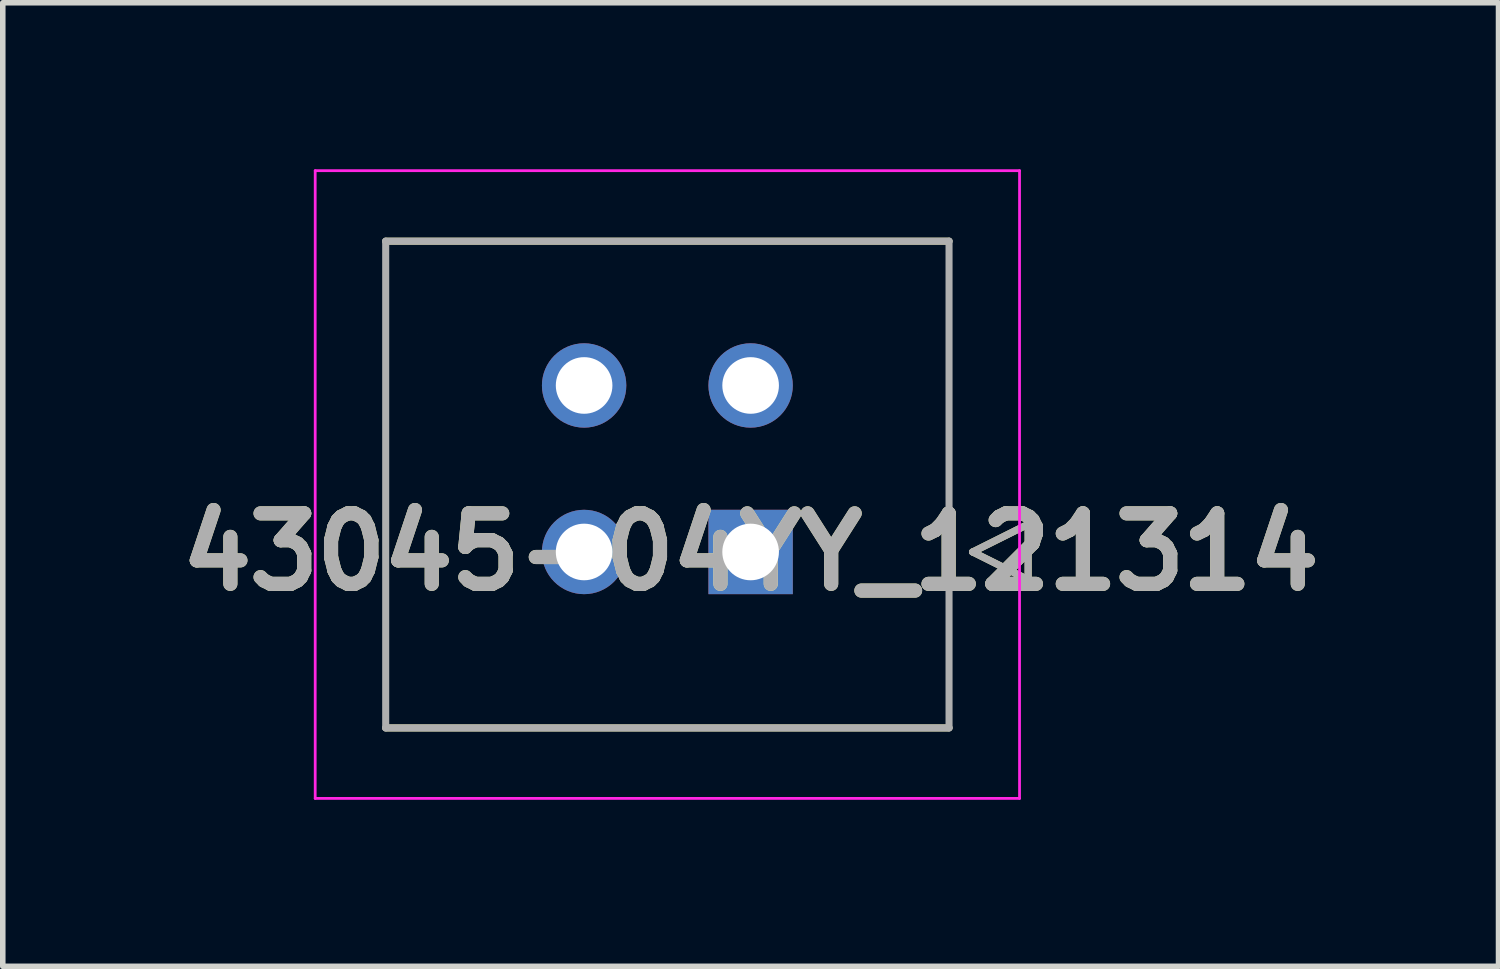
<source format=kicad_pcb>
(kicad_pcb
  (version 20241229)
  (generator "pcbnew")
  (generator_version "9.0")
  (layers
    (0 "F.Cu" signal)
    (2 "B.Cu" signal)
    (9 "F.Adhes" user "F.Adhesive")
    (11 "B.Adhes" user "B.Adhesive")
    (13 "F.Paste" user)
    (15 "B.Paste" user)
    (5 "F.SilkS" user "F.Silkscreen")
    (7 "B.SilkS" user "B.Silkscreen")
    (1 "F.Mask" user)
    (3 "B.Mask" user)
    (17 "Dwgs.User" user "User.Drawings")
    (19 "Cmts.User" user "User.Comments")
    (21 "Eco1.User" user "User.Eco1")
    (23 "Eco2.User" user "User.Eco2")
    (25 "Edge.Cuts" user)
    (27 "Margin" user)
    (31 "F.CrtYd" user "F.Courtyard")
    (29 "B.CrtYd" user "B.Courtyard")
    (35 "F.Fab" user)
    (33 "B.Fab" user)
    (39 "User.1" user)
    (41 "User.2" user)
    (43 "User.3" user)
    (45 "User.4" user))
  (footprint "43045-04YY_121314"
    (layer "F.Cu")
    (at 10.474 6.895)
    (property "Reference" "43045-04YY_121314" (at 0 0 0) (layer "F.SilkS") (effects (font (size 1.27 1.27) (thickness 0.254))))
    (attr through_hole)
    (fp_line (start -6.575 -5.6) (end 3.575 -5.6) (stroke (width 0.127) (type solid)) (layer "F.SilkS"))
    (fp_line (start 3.575 3.17) (end -6.575 3.17) (stroke (width 0.127) (type solid)) (layer "F.SilkS"))
    (fp_line (start 4 0) (end 5 -0.5) (stroke (width 0.127) (type solid)) (layer "F.SilkS"))
    (fp_line (start 5 -0.5) (end 5 0.5) (stroke (width 0.127) (type solid)) (layer "F.SilkS"))
    (fp_line (start 5 0.5) (end 4 0) (stroke (width 0.127) (type solid)) (layer "F.SilkS"))
    (fp_line (start -7.845 -6.87) (end 4.845 -6.87) (stroke (width 0.05) (type solid)) (layer "F.CrtYd"))
    (fp_line (start -7.845 4.44) (end -7.845 -6.87) (stroke (width 0.05) (type solid)) (layer "F.CrtYd"))
    (fp_line (start 4.845 -6.87) (end 4.845 4.44) (stroke (width 0.05) (type solid)) (layer "F.CrtYd"))
    (fp_line (start 4.845 4.44) (end -7.845 4.44) (stroke (width 0.05) (type solid)) (layer "F.CrtYd"))
    (fp_line (start -6.575 -5.6) (end 3.575 -5.6) (stroke (width 0.127) (type solid)) (layer "F.Fab"))
    (fp_line (start -6.575 3.17) (end -6.575 -5.6) (stroke (width 0.127) (type solid)) (layer "F.Fab"))
    (fp_line (start 3.575 -5.6) (end 3.575 3.17) (stroke (width 0.127) (type solid)) (layer "F.Fab"))
    (fp_line (start 3.575 3.17) (end -6.575 3.17) (stroke (width 0.127) (type solid)) (layer "F.Fab"))
    (fp_line (start 4 0) (end 5 -0.5) (stroke (width 0.127) (type solid)) (layer "F.Fab"))
    (fp_line (start 5 -0.5) (end 5 0.5) (stroke (width 0.127) (type solid)) (layer "F.Fab"))
    (fp_line (start 5 0.5) (end 4 0) (stroke (width 0.127) (type solid)) (layer "F.Fab"))
    (fp_text user "${REFERENCE}" (at 0 0 0) (layer "F.Fab") (effects (font (size 1.27 1.27) (thickness 0.254))))
    (pad "" np_thru_hole circle (at -6 -3.94) (size 0.001 0.001) (drill 1.02) (layers "*.Cu" "*.Mask"))
    (pad "" np_thru_hole circle (at 3 -3.94) (size 0.001 0.001) (drill 1.02) (layers "*.Cu" "*.Mask"))
    (pad "1" thru_hole rect (at 0 0) (size 1.52 1.52) (drill 1.02) (layers "*.Cu" "*.Mask"))
    (pad "2" thru_hole circle (at -3 0) (size 1.52 1.52) (drill 1.02) (layers "*.Cu" "*.Mask"))
    (pad "3" thru_hole circle (at 0 -3) (size 1.52 1.52) (drill 1.02) (layers "*.Cu" "*.Mask"))
    (pad "4" thru_hole circle (at -3 -3) (size 1.52 1.52) (drill 1.02) (layers "*.Cu" "*.Mask")))
  (gr_rect
    (start -3 -3)
    (end 23.949 14.36)
    (stroke (width 0.1) (type default))
    (fill no)
    (layer "Edge.Cuts")))
</source>
